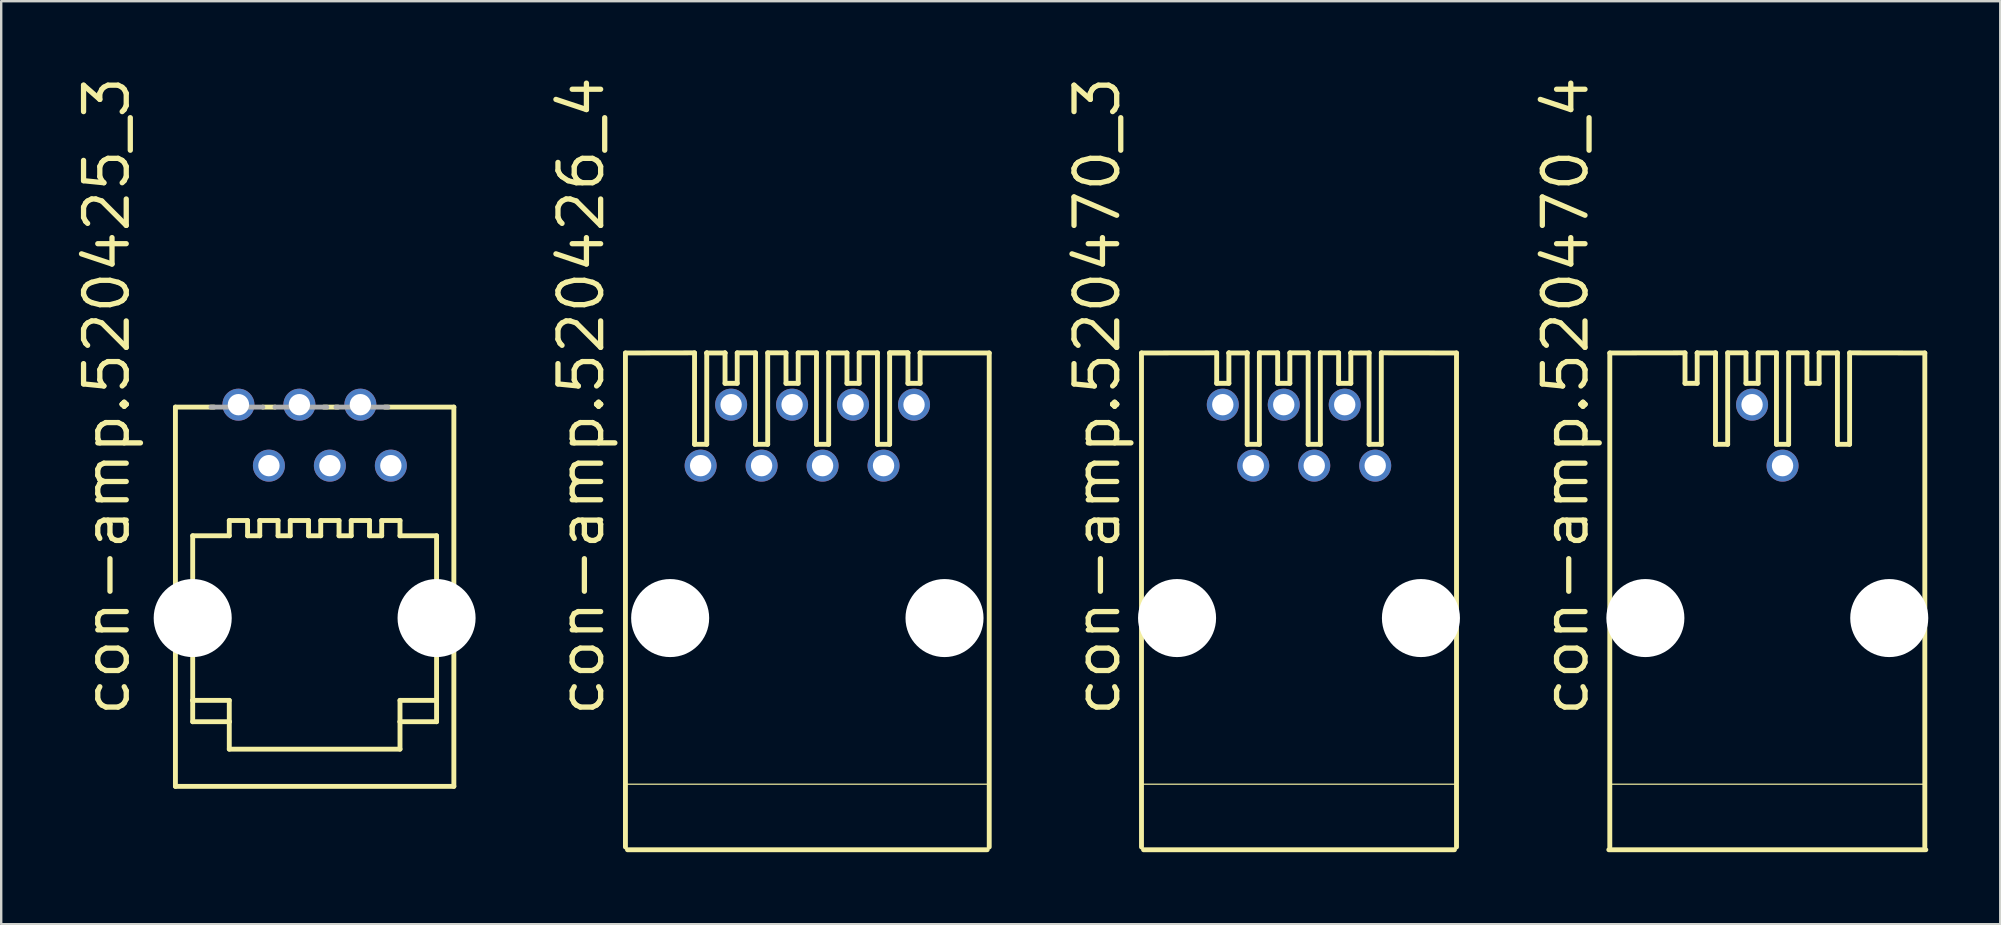
<source format=kicad_pcb>
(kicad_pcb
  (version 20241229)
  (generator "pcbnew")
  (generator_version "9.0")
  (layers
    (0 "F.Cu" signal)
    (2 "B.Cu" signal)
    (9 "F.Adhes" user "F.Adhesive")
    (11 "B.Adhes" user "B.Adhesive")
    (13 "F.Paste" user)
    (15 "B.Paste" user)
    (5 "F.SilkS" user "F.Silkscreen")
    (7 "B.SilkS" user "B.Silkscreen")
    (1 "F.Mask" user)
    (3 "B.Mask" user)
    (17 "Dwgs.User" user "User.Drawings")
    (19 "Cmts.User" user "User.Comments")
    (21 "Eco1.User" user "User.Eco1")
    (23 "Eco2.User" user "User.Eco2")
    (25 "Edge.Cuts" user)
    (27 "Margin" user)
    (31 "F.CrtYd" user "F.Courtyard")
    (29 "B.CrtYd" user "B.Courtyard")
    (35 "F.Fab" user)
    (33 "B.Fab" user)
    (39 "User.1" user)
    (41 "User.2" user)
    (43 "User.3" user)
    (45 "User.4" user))
  (footprint "con-amp.520426_4"
    (layer "F.Cu")
    (at 30.584 22.699)
    (property "Reference" "con-amp.520426_4" (at -8.382 4.191 90) (layer "F.SilkS") (effects (font (size 1.778 1.778) (thickness 0.22)) (justify left bottom)))
    (attr through_hole)
    (fp_line (start -7.578 -11.044) (end -4.699 -11.049) (stroke (width 0.203) (type default)) (layer "F.SilkS"))
    (fp_line (start -7.578 9.538) (end -7.578 -11.044) (stroke (width 0.203) (type default)) (layer "F.SilkS"))
    (fp_line (start -4.699 -11.049) (end -4.699 -7.239) (stroke (width 0.203) (type default)) (layer "F.SilkS"))
    (fp_line (start -4.699 -7.239) (end -4.191 -7.239) (stroke (width 0.203) (type default)) (layer "F.SilkS"))
    (fp_line (start -4.191 -11.049) (end -4.191 -11.044) (stroke (width 0.203) (type default)) (layer "F.SilkS"))
    (fp_line (start -4.191 -11.044) (end -4.191 -7.239) (stroke (width 0.203) (type default)) (layer "F.SilkS"))
    (fp_line (start -4.191 -11.044) (end -3.429 -11.044) (stroke (width 0.203) (type default)) (layer "F.SilkS"))
    (fp_line (start -3.429 -11.049) (end -3.429 -11.044) (stroke (width 0.203) (type default)) (layer "F.SilkS"))
    (fp_line (start -3.429 -11.044) (end -3.429 -9.779) (stroke (width 0.203) (type default)) (layer "F.SilkS"))
    (fp_line (start -3.429 -9.779) (end -2.921 -9.779) (stroke (width 0.203) (type default)) (layer "F.SilkS"))
    (fp_line (start -2.921 -11.049) (end -2.921 -9.779) (stroke (width 0.203) (type default)) (layer "F.SilkS"))
    (fp_line (start -2.921 -11.049) (end -2.159 -11.049) (stroke (width 0.203) (type default)) (layer "F.SilkS"))
    (fp_line (start -2.159 -11.049) (end -2.159 -7.239) (stroke (width 0.203) (type default)) (layer "F.SilkS"))
    (fp_line (start -2.159 -7.239) (end -1.651 -7.239) (stroke (width 0.203) (type default)) (layer "F.SilkS"))
    (fp_line (start -1.651 -11.049) (end -1.651 -7.239) (stroke (width 0.203) (type default)) (layer "F.SilkS"))
    (fp_line (start -1.651 -11.049) (end -0.889 -11.049) (stroke (width 0.203) (type default)) (layer "F.SilkS"))
    (fp_line (start -0.889 -11.049) (end -0.889 -9.779) (stroke (width 0.203) (type default)) (layer "F.SilkS"))
    (fp_line (start -0.889 -9.779) (end -0.381 -9.779) (stroke (width 0.203) (type default)) (layer "F.SilkS"))
    (fp_line (start -0.381 -11.049) (end -0.381 -9.779) (stroke (width 0.203) (type default)) (layer "F.SilkS"))
    (fp_line (start -0.381 -11.049) (end 0.381 -11.049) (stroke (width 0.203) (type default)) (layer "F.SilkS"))
    (fp_line (start 0.381 -11.049) (end 0.381 -7.239) (stroke (width 0.203) (type default)) (layer "F.SilkS"))
    (fp_line (start 0.381 -7.239) (end 0.889 -7.239) (stroke (width 0.203) (type default)) (layer "F.SilkS"))
    (fp_line (start 0.889 -11.049) (end 0.889 -11.044) (stroke (width 0.203) (type default)) (layer "F.SilkS"))
    (fp_line (start 0.889 -11.044) (end 0.889 -7.239) (stroke (width 0.203) (type default)) (layer "F.SilkS"))
    (fp_line (start 0.889 -11.044) (end 1.651 -11.044) (stroke (width 0.203) (type default)) (layer "F.SilkS"))
    (fp_line (start 1.651 -11.049) (end 1.651 -9.779) (stroke (width 0.203) (type default)) (layer "F.SilkS"))
    (fp_line (start 1.651 -9.779) (end 2.159 -9.779) (stroke (width 0.203) (type default)) (layer "F.SilkS"))
    (fp_line (start 2.159 -11.049) (end 2.159 -9.779) (stroke (width 0.203) (type default)) (layer "F.SilkS"))
    (fp_line (start 2.159 -11.049) (end 2.921 -11.049) (stroke (width 0.203) (type default)) (layer "F.SilkS"))
    (fp_line (start 2.921 -11.049) (end 2.921 -7.239) (stroke (width 0.203) (type default)) (layer "F.SilkS"))
    (fp_line (start 2.921 -7.239) (end 3.429 -7.239) (stroke (width 0.203) (type default)) (layer "F.SilkS"))
    (fp_line (start 3.429 -11.049) (end 4.191 -11.049) (stroke (width 0.203) (type default)) (layer "F.SilkS"))
    (fp_line (start 3.429 -11.044) (end 3.429 -7.239) (stroke (width 0.203) (type default)) (layer "F.SilkS"))
    (fp_line (start 3.429 -11.044) (end 4.191 -11.044) (stroke (width 0.203) (type default)) (layer "F.SilkS"))
    (fp_line (start 4.191 -11.049) (end 4.191 -9.779) (stroke (width 0.203) (type default)) (layer "F.SilkS"))
    (fp_line (start 4.191 -9.779) (end 4.699 -9.779) (stroke (width 0.203) (type default)) (layer "F.SilkS"))
    (fp_line (start 4.699 -11.049) (end 4.699 -11.044) (stroke (width 0.203) (type default)) (layer "F.SilkS"))
    (fp_line (start 4.699 -11.044) (end 4.699 -9.779) (stroke (width 0.203) (type default)) (layer "F.SilkS"))
    (fp_line (start 4.699 -11.044) (end 7.578 -11.044) (stroke (width 0.203) (type default)) (layer "F.SilkS"))
    (fp_line (start 7.493 9.652) (end -7.493 9.652) (stroke (width 0.203) (type default)) (layer "F.SilkS"))
    (fp_line (start 7.556 6.921) (end -7.556 6.921) (stroke (width 0.051) (type default)) (layer "F.SilkS"))
    (fp_line (start 7.578 -11.044) (end 7.578 9.538) (stroke (width 0.203) (type default)) (layer "F.SilkS"))
    (pad "" np_thru_hole circle (at -5.715 0) (size 3.251 3.251) (drill 3.251) (layers "*.Cu" "*.Mask"))
    (pad "" np_thru_hole circle (at 5.715 0) (size 3.251 3.251) (drill 3.251) (layers "*.Cu" "*.Mask"))
    (pad "1" thru_hole circle (at -4.445 -6.35) (size 1.333 1.333) (drill 0.889) (layers "*.Cu" "*.Mask"))
    (pad "2" thru_hole circle (at -3.175 -8.89) (size 1.333 1.333) (drill 0.889) (layers "*.Cu" "*.Mask"))
    (pad "3" thru_hole circle (at -1.905 -6.35) (size 1.333 1.333) (drill 0.889) (layers "*.Cu" "*.Mask"))
    (pad "4" thru_hole circle (at -0.635 -8.89) (size 1.333 1.333) (drill 0.889) (layers "*.Cu" "*.Mask"))
    (pad "5" thru_hole circle (at 0.635 -6.35) (size 1.333 1.333) (drill 0.889) (layers "*.Cu" "*.Mask"))
    (pad "6" thru_hole circle (at 1.905 -8.89) (size 1.333 1.333) (drill 0.889) (layers "*.Cu" "*.Mask"))
    (pad "7" thru_hole circle (at 3.175 -6.35) (size 1.333 1.333) (drill 0.889) (layers "*.Cu" "*.Mask"))
    (pad "8" thru_hole circle (at 4.445 -8.89) (size 1.333 1.333) (drill 0.889) (layers "*.Cu" "*.Mask")))
  (footprint "con-amp.520470_4"
    (layer "F.Cu")
    (at 70.577 22.699)
    (property "Reference" "con-amp.520470_4" (at -7.366 4.191 90) (layer "F.SilkS") (effects (font (size 1.778 1.778) (thickness 0.22)) (justify left bottom)))
    (attr through_hole)
    (fp_line (start -6.562 -11.044) (end -3.429 -11.049) (stroke (width 0.203) (type default)) (layer "F.SilkS"))
    (fp_line (start -6.562 9.538) (end -6.562 -11.044) (stroke (width 0.203) (type default)) (layer "F.SilkS"))
    (fp_line (start -6.54 6.921) (end 6.54 6.921) (stroke (width 0.051) (type default)) (layer "F.SilkS"))
    (fp_line (start -3.429 -11.049) (end -3.429 -9.779) (stroke (width 0.203) (type default)) (layer "F.SilkS"))
    (fp_line (start -3.429 -9.779) (end -2.921 -9.779) (stroke (width 0.203) (type default)) (layer "F.SilkS"))
    (fp_line (start -2.921 -11.049) (end -2.921 -11.044) (stroke (width 0.203) (type default)) (layer "F.SilkS"))
    (fp_line (start -2.921 -11.044) (end -2.921 -9.779) (stroke (width 0.203) (type default)) (layer "F.SilkS"))
    (fp_line (start -2.921 -11.044) (end -2.159 -11.044) (stroke (width 0.203) (type default)) (layer "F.SilkS"))
    (fp_line (start -2.159 -11.049) (end -2.159 -11.044) (stroke (width 0.203) (type default)) (layer "F.SilkS"))
    (fp_line (start -2.159 -11.044) (end -2.159 -7.239) (stroke (width 0.203) (type default)) (layer "F.SilkS"))
    (fp_line (start -2.159 -7.239) (end -1.651 -7.239) (stroke (width 0.203) (type default)) (layer "F.SilkS"))
    (fp_line (start -1.651 -11.049) (end -1.651 -7.239) (stroke (width 0.203) (type default)) (layer "F.SilkS"))
    (fp_line (start -1.651 -11.049) (end -0.889 -11.049) (stroke (width 0.203) (type default)) (layer "F.SilkS"))
    (fp_line (start -0.889 -11.049) (end -0.889 -9.779) (stroke (width 0.203) (type default)) (layer "F.SilkS"))
    (fp_line (start -0.889 -9.779) (end -0.381 -9.779) (stroke (width 0.203) (type default)) (layer "F.SilkS"))
    (fp_line (start -0.381 -11.049) (end -0.381 -9.779) (stroke (width 0.203) (type default)) (layer "F.SilkS"))
    (fp_line (start -0.381 -11.049) (end 0.381 -11.049) (stroke (width 0.203) (type default)) (layer "F.SilkS"))
    (fp_line (start 0.381 -11.049) (end 0.381 -7.239) (stroke (width 0.203) (type default)) (layer "F.SilkS"))
    (fp_line (start 0.381 -7.239) (end 0.889 -7.239) (stroke (width 0.203) (type default)) (layer "F.SilkS"))
    (fp_line (start 0.889 -11.049) (end 0.889 -7.239) (stroke (width 0.203) (type default)) (layer "F.SilkS"))
    (fp_line (start 0.889 -11.049) (end 1.651 -11.049) (stroke (width 0.203) (type default)) (layer "F.SilkS"))
    (fp_line (start 1.651 -11.049) (end 1.651 -9.779) (stroke (width 0.203) (type default)) (layer "F.SilkS"))
    (fp_line (start 1.651 -9.779) (end 2.159 -9.779) (stroke (width 0.203) (type default)) (layer "F.SilkS"))
    (fp_line (start 2.159 -11.049) (end 2.159 -11.044) (stroke (width 0.203) (type default)) (layer "F.SilkS"))
    (fp_line (start 2.159 -11.044) (end 2.159 -9.779) (stroke (width 0.203) (type default)) (layer "F.SilkS"))
    (fp_line (start 2.159 -11.044) (end 2.921 -11.044) (stroke (width 0.203) (type default)) (layer "F.SilkS"))
    (fp_line (start 2.921 -11.049) (end 2.921 -7.239) (stroke (width 0.203) (type default)) (layer "F.SilkS"))
    (fp_line (start 2.921 -7.239) (end 3.429 -7.239) (stroke (width 0.203) (type default)) (layer "F.SilkS"))
    (fp_line (start 3.429 -11.049) (end 3.429 -7.239) (stroke (width 0.203) (type default)) (layer "F.SilkS"))
    (fp_line (start 3.429 -11.049) (end 6.562 -11.044) (stroke (width 0.203) (type default)) (layer "F.SilkS"))
    (fp_line (start 6.562 -11.044) (end 6.562 9.538) (stroke (width 0.203) (type default)) (layer "F.SilkS"))
    (fp_line (start 6.604 9.652) (end -6.604 9.652) (stroke (width 0.203) (type default)) (layer "F.SilkS"))
    (pad "" np_thru_hole circle (at -5.08 0) (size 3.251 3.251) (drill 3.251) (layers "*.Cu" "*.Mask"))
    (pad "" np_thru_hole circle (at 5.08 0) (size 3.251 3.251) (drill 3.251) (layers "*.Cu" "*.Mask"))
    (pad "1" thru_hole circle (at -0.635 -8.89) (size 1.333 1.333) (drill 0.889) (layers "*.Cu" "*.Mask"))
    (pad "2" thru_hole circle (at 0.635 -6.35) (size 1.333 1.333) (drill 0.889) (layers "*.Cu" "*.Mask")))
  (footprint "con-amp.520425_3"
    (layer "F.Cu")
    (at 10.058 21.81)
    (property "Reference" "con-amp.520425_3" (at -7.62 5.08 90) (layer "F.SilkS") (effects (font (size 1.778 1.778) (thickness 0.22)) (justify left bottom)))
    (attr through_hole)
    (fp_line (start -5.8 -7.9) (end -5.8 7.9) (stroke (width 0.203) (type default)) (layer "F.SilkS"))
    (fp_line (start -5.8 7.9) (end 5.8 7.9) (stroke (width 0.203) (type default)) (layer "F.SilkS"))
    (fp_line (start -5.08 -2.54) (end -5.08 4.318) (stroke (width 0.203) (type default)) (layer "F.SilkS"))
    (fp_line (start -5.08 4.318) (end -5.08 5.207) (stroke (width 0.203) (type default)) (layer "F.SilkS"))
    (fp_line (start -5.08 4.318) (end -3.556 4.318) (stroke (width 0.203) (type default)) (layer "F.SilkS"))
    (fp_line (start -5.08 5.207) (end -3.556 5.207) (stroke (width 0.203) (type default)) (layer "F.SilkS"))
    (fp_line (start -4.191 -7.9) (end -5.8 -7.9) (stroke (width 0.203) (type default)) (layer "F.SilkS"))
    (fp_line (start -3.556 -3.175) (end -3.556 -2.54) (stroke (width 0.203) (type default)) (layer "F.SilkS"))
    (fp_line (start -3.556 -3.175) (end -2.794 -3.175) (stroke (width 0.203) (type default)) (layer "F.SilkS"))
    (fp_line (start -3.556 -2.54) (end -5.08 -2.54) (stroke (width 0.203) (type default)) (layer "F.SilkS"))
    (fp_line (start -3.556 4.318) (end -3.556 5.207) (stroke (width 0.203) (type default)) (layer "F.SilkS"))
    (fp_line (start -3.556 5.207) (end -3.556 6.35) (stroke (width 0.203) (type default)) (layer "F.SilkS"))
    (fp_line (start -3.556 6.35) (end 3.556 6.35) (stroke (width 0.203) (type default)) (layer "F.SilkS"))
    (fp_line (start -2.794 -3.175) (end -2.794 -2.54) (stroke (width 0.203) (type default)) (layer "F.SilkS"))
    (fp_line (start -2.286 -3.175) (end -2.286 -2.54) (stroke (width 0.203) (type default)) (layer "F.SilkS"))
    (fp_line (start -2.286 -3.175) (end -1.524 -3.175) (stroke (width 0.203) (type default)) (layer "F.SilkS"))
    (fp_line (start -2.286 -2.54) (end -2.794 -2.54) (stroke (width 0.203) (type default)) (layer "F.SilkS"))
    (fp_line (start -1.651 -7.9) (end -2.159 -7.9) (stroke (width 0.203) (type default)) (layer "F.SilkS"))
    (fp_line (start -1.524 -3.175) (end -1.524 -2.54) (stroke (width 0.203) (type default)) (layer "F.SilkS"))
    (fp_line (start -1.016 -3.175) (end -1.016 -2.54) (stroke (width 0.203) (type default)) (layer "F.SilkS"))
    (fp_line (start -1.016 -3.175) (end -0.254 -3.175) (stroke (width 0.203) (type default)) (layer "F.SilkS"))
    (fp_line (start -1.016 -2.54) (end -1.524 -2.54) (stroke (width 0.203) (type default)) (layer "F.SilkS"))
    (fp_line (start -0.254 -3.175) (end -0.254 -2.54) (stroke (width 0.203) (type default)) (layer "F.SilkS"))
    (fp_line (start 0.254 -3.175) (end 0.254 -2.54) (stroke (width 0.203) (type default)) (layer "F.SilkS"))
    (fp_line (start 0.254 -3.175) (end 1.016 -3.175) (stroke (width 0.203) (type default)) (layer "F.SilkS"))
    (fp_line (start 0.254 -2.54) (end -0.254 -2.54) (stroke (width 0.203) (type default)) (layer "F.SilkS"))
    (fp_line (start 0.974 -7.9) (end 0.381 -7.9) (stroke (width 0.203) (type default)) (layer "F.SilkS"))
    (fp_line (start 1.016 -3.175) (end 1.016 -2.54) (stroke (width 0.203) (type default)) (layer "F.SilkS"))
    (fp_line (start 1.524 -3.175) (end 1.524 -2.54) (stroke (width 0.203) (type default)) (layer "F.SilkS"))
    (fp_line (start 1.524 -3.175) (end 2.286 -3.175) (stroke (width 0.203) (type default)) (layer "F.SilkS"))
    (fp_line (start 1.524 -2.54) (end 1.016 -2.54) (stroke (width 0.203) (type default)) (layer "F.SilkS"))
    (fp_line (start 2.286 -3.175) (end 2.286 -2.54) (stroke (width 0.203) (type default)) (layer "F.SilkS"))
    (fp_line (start 2.794 -3.175) (end 2.794 -2.54) (stroke (width 0.203) (type default)) (layer "F.SilkS"))
    (fp_line (start 2.794 -3.175) (end 3.556 -3.175) (stroke (width 0.203) (type default)) (layer "F.SilkS"))
    (fp_line (start 2.794 -2.54) (end 2.286 -2.54) (stroke (width 0.203) (type default)) (layer "F.SilkS"))
    (fp_line (start 3.556 -3.175) (end 3.556 -2.54) (stroke (width 0.203) (type default)) (layer "F.SilkS"))
    (fp_line (start 3.556 4.318) (end 3.556 5.207) (stroke (width 0.203) (type default)) (layer "F.SilkS"))
    (fp_line (start 3.556 5.207) (end 3.556 6.35) (stroke (width 0.203) (type default)) (layer "F.SilkS"))
    (fp_line (start 5.08 -2.54) (end 3.556 -2.54) (stroke (width 0.203) (type default)) (layer "F.SilkS"))
    (fp_line (start 5.08 4.318) (end 3.556 4.318) (stroke (width 0.203) (type default)) (layer "F.SilkS"))
    (fp_line (start 5.08 4.318) (end 5.08 -2.54) (stroke (width 0.203) (type default)) (layer "F.SilkS"))
    (fp_line (start 5.08 5.207) (end 3.556 5.207) (stroke (width 0.203) (type default)) (layer "F.SilkS"))
    (fp_line (start 5.08 5.207) (end 5.08 4.318) (stroke (width 0.203) (type default)) (layer "F.SilkS"))
    (fp_line (start 5.8 -7.9) (end 2.921 -7.9) (stroke (width 0.203) (type default)) (layer "F.SilkS"))
    (fp_line (start 5.8 7.9) (end 5.8 -7.9) (stroke (width 0.203) (type default)) (layer "F.SilkS"))
    (fp_line (start -2.159 -7.9) (end -4.318 -7.9) (stroke (width 0.203) (type default)) (layer "F.Fab"))
    (fp_line (start 0.508 -7.9) (end -1.651 -7.9) (stroke (width 0.203) (type default)) (layer "F.Fab"))
    (fp_line (start 3.048 -7.9) (end 0.889 -7.9) (stroke (width 0.203) (type default)) (layer "F.Fab"))
    (pad "" np_thru_hole circle (at -5.08 0.889) (size 3.251 3.251) (drill 3.251) (layers "*.Cu" "*.Mask"))
    (pad "" np_thru_hole circle (at 5.08 0.889) (size 3.251 3.251) (drill 3.251) (layers "*.Cu" "*.Mask"))
    (pad "1" thru_hole circle (at -3.175 -8.001) (size 1.333 1.333) (drill 0.889) (layers "*.Cu" "*.Mask"))
    (pad "2" thru_hole circle (at -1.905 -5.461) (size 1.333 1.333) (drill 0.889) (layers "*.Cu" "*.Mask"))
    (pad "3" thru_hole circle (at -0.635 -8.001) (size 1.333 1.333) (drill 0.889) (layers "*.Cu" "*.Mask"))
    (pad "4" thru_hole circle (at 0.635 -5.461) (size 1.333 1.333) (drill 0.889) (layers "*.Cu" "*.Mask"))
    (pad "5" thru_hole circle (at 1.905 -8.001) (size 1.333 1.333) (drill 0.889) (layers "*.Cu" "*.Mask"))
    (pad "6" thru_hole circle (at 3.175 -5.461) (size 1.333 1.333) (drill 0.889) (layers "*.Cu" "*.Mask")))
  (footprint "con-amp.520470_3"
    (layer "F.Cu")
    (at 51.067 22.699)
    (property "Reference" "con-amp.520470_3" (at -7.366 4.191 90) (layer "F.SilkS") (effects (font (size 1.778 1.778) (thickness 0.22)) (justify left bottom)))
    (attr through_hole)
    (fp_line (start -6.562 -11.044) (end -3.429 -11.049) (stroke (width 0.203) (type default)) (layer "F.SilkS"))
    (fp_line (start -6.562 9.538) (end -6.562 -11.044) (stroke (width 0.203) (type default)) (layer "F.SilkS"))
    (fp_line (start -3.429 -11.049) (end -3.429 -9.779) (stroke (width 0.203) (type default)) (layer "F.SilkS"))
    (fp_line (start -3.429 -9.779) (end -2.921 -9.779) (stroke (width 0.203) (type default)) (layer "F.SilkS"))
    (fp_line (start -2.921 -11.049) (end -2.921 -11.044) (stroke (width 0.203) (type default)) (layer "F.SilkS"))
    (fp_line (start -2.921 -11.044) (end -2.921 -9.779) (stroke (width 0.203) (type default)) (layer "F.SilkS"))
    (fp_line (start -2.921 -11.044) (end -2.159 -11.044) (stroke (width 0.203) (type default)) (layer "F.SilkS"))
    (fp_line (start -2.159 -11.049) (end -2.159 -11.044) (stroke (width 0.203) (type default)) (layer "F.SilkS"))
    (fp_line (start -2.159 -11.044) (end -2.159 -7.239) (stroke (width 0.203) (type default)) (layer "F.SilkS"))
    (fp_line (start -2.159 -7.239) (end -1.651 -7.239) (stroke (width 0.203) (type default)) (layer "F.SilkS"))
    (fp_line (start -1.651 -11.049) (end -1.651 -7.239) (stroke (width 0.203) (type default)) (layer "F.SilkS"))
    (fp_line (start -1.651 -11.049) (end -0.889 -11.049) (stroke (width 0.203) (type default)) (layer "F.SilkS"))
    (fp_line (start -0.889 -11.049) (end -0.889 -9.779) (stroke (width 0.203) (type default)) (layer "F.SilkS"))
    (fp_line (start -0.889 -9.779) (end -0.381 -9.779) (stroke (width 0.203) (type default)) (layer "F.SilkS"))
    (fp_line (start -0.381 -11.049) (end -0.381 -9.779) (stroke (width 0.203) (type default)) (layer "F.SilkS"))
    (fp_line (start -0.381 -11.049) (end 0.381 -11.049) (stroke (width 0.203) (type default)) (layer "F.SilkS"))
    (fp_line (start 0.381 -11.049) (end 0.381 -7.239) (stroke (width 0.203) (type default)) (layer "F.SilkS"))
    (fp_line (start 0.381 -7.239) (end 0.889 -7.239) (stroke (width 0.203) (type default)) (layer "F.SilkS"))
    (fp_line (start 0.889 -11.049) (end 0.889 -7.239) (stroke (width 0.203) (type default)) (layer "F.SilkS"))
    (fp_line (start 0.889 -11.049) (end 1.651 -11.049) (stroke (width 0.203) (type default)) (layer "F.SilkS"))
    (fp_line (start 1.651 -11.049) (end 1.651 -9.779) (stroke (width 0.203) (type default)) (layer "F.SilkS"))
    (fp_line (start 1.651 -9.779) (end 2.159 -9.779) (stroke (width 0.203) (type default)) (layer "F.SilkS"))
    (fp_line (start 2.159 -11.049) (end 2.159 -11.044) (stroke (width 0.203) (type default)) (layer "F.SilkS"))
    (fp_line (start 2.159 -11.044) (end 2.159 -9.779) (stroke (width 0.203) (type default)) (layer "F.SilkS"))
    (fp_line (start 2.159 -11.044) (end 2.921 -11.044) (stroke (width 0.203) (type default)) (layer "F.SilkS"))
    (fp_line (start 2.921 -11.049) (end 2.921 -7.239) (stroke (width 0.203) (type default)) (layer "F.SilkS"))
    (fp_line (start 2.921 -7.239) (end 3.429 -7.239) (stroke (width 0.203) (type default)) (layer "F.SilkS"))
    (fp_line (start 3.429 -11.049) (end 3.429 -7.239) (stroke (width 0.203) (type default)) (layer "F.SilkS"))
    (fp_line (start 3.429 -11.049) (end 6.562 -11.044) (stroke (width 0.203) (type default)) (layer "F.SilkS"))
    (fp_line (start 6.477 9.652) (end -6.477 9.652) (stroke (width 0.203) (type default)) (layer "F.SilkS"))
    (fp_line (start 6.54 6.921) (end -6.54 6.921) (stroke (width 0.051) (type default)) (layer "F.SilkS"))
    (fp_line (start 6.562 -11.044) (end 6.562 9.538) (stroke (width 0.203) (type default)) (layer "F.SilkS"))
    (pad "" np_thru_hole circle (at -5.08 0) (size 3.251 3.251) (drill 3.251) (layers "*.Cu" "*.Mask"))
    (pad "" np_thru_hole circle (at 5.08 0) (size 3.251 3.251) (drill 3.251) (layers "*.Cu" "*.Mask"))
    (pad "1" thru_hole circle (at -3.175 -8.89) (size 1.333 1.333) (drill 0.889) (layers "*.Cu" "*.Mask"))
    (pad "2" thru_hole circle (at -1.905 -6.35) (size 1.333 1.333) (drill 0.889) (layers "*.Cu" "*.Mask"))
    (pad "3" thru_hole circle (at -0.635 -8.89) (size 1.333 1.333) (drill 0.889) (layers "*.Cu" "*.Mask"))
    (pad "4" thru_hole circle (at 0.635 -6.35) (size 1.333 1.333) (drill 0.889) (layers "*.Cu" "*.Mask"))
    (pad "5" thru_hole circle (at 1.905 -8.89) (size 1.333 1.333) (drill 0.889) (layers "*.Cu" "*.Mask"))
    (pad "6" thru_hole circle (at 3.175 -6.35) (size 1.333 1.333) (drill 0.889) (layers "*.Cu" "*.Mask")))
  (gr_rect
    (start -3 -3)
    (end 80.282 35.452)
    (stroke (width 0.1) (type default))
    (fill no)
    (layer "Edge.Cuts")))
</source>
